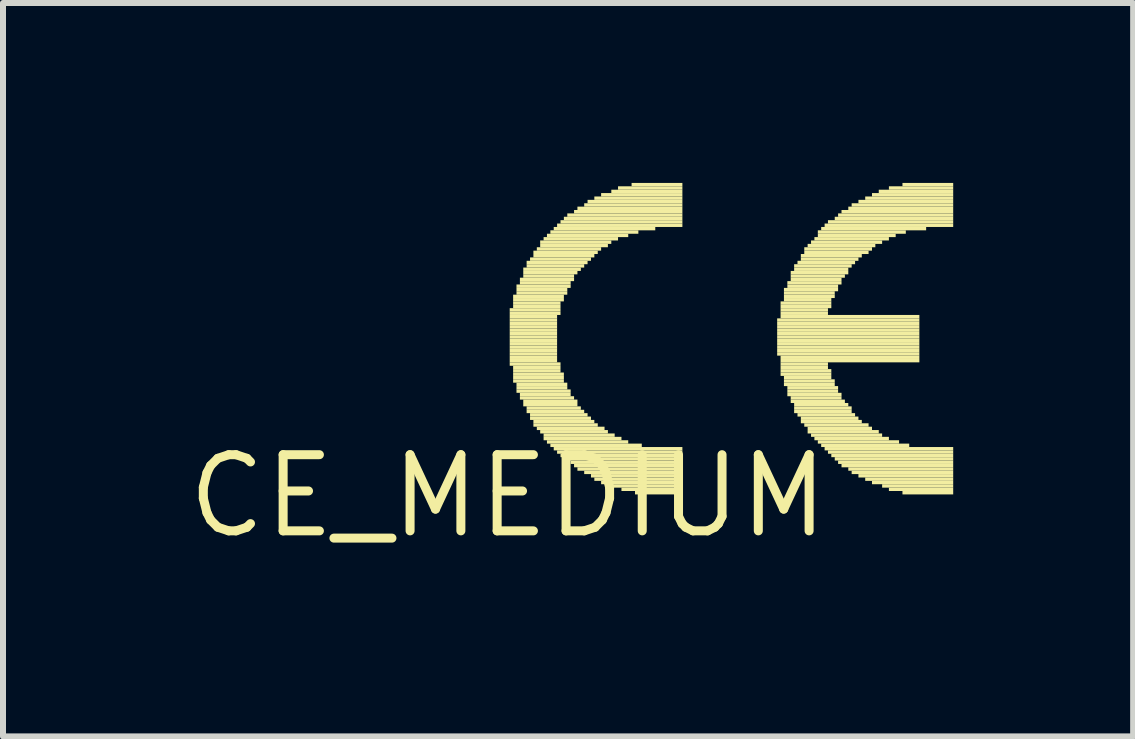
<source format=kicad_pcb>
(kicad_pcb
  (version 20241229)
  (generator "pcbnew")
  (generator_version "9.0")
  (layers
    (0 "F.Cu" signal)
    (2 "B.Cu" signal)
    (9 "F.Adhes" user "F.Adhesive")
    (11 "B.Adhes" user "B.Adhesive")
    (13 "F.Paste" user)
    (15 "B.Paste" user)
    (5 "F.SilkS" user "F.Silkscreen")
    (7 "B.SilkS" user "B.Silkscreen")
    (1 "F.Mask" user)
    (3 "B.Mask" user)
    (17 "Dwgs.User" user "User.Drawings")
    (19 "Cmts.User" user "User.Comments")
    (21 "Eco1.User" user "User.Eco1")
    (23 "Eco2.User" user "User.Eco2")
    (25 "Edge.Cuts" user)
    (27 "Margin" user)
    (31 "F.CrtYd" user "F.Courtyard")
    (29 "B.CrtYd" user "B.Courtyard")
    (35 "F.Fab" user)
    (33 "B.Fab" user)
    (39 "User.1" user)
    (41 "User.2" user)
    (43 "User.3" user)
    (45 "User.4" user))
  (footprint "CE_MEDIUM"
    (layer "F.Cu")
    (at 5.42 5.221)
    (property "Reference" "CE_MEDIUM" (at 0 0 0) (layer "F.SilkS") (effects (font (size 1.27 1.27) (thickness 0.15))))
    (attr through_hole)
    (fp_poly (pts (xy 0.028 -3.076) (xy 0.875 -3.076) (xy 0.875 -3.133) (xy 0.028 -3.133)) (stroke (width 0) (type solid)) (fill yes) (layer "F.SilkS"))
    (fp_poly (pts (xy 0.028 -3.02) (xy 0.875 -3.02) (xy 0.875 -3.076) (xy 0.028 -3.076)) (stroke (width 0) (type solid)) (fill yes) (layer "F.SilkS"))
    (fp_poly (pts (xy 0.028 -2.963) (xy 0.818 -2.963) (xy 0.818 -3.02) (xy 0.028 -3.02)) (stroke (width 0) (type solid)) (fill yes) (layer "F.SilkS"))
    (fp_poly (pts (xy 0.028 -2.907) (xy 0.818 -2.907) (xy 0.818 -2.963) (xy 0.028 -2.963)) (stroke (width 0) (type solid)) (fill yes) (layer "F.SilkS"))
    (fp_poly (pts (xy 0.028 -2.85) (xy 0.818 -2.85) (xy 0.818 -2.907) (xy 0.028 -2.907)) (stroke (width 0) (type solid)) (fill yes) (layer "F.SilkS"))
    (fp_poly (pts (xy 0.028 -2.794) (xy 0.818 -2.794) (xy 0.818 -2.85) (xy 0.028 -2.85)) (stroke (width 0) (type solid)) (fill yes) (layer "F.SilkS"))
    (fp_poly (pts (xy 0.028 -2.738) (xy 0.818 -2.738) (xy 0.818 -2.794) (xy 0.028 -2.794)) (stroke (width 0) (type solid)) (fill yes) (layer "F.SilkS"))
    (fp_poly (pts (xy 0.028 -2.681) (xy 0.818 -2.681) (xy 0.818 -2.738) (xy 0.028 -2.738)) (stroke (width 0) (type solid)) (fill yes) (layer "F.SilkS"))
    (fp_poly (pts (xy 0.028 -2.625) (xy 0.818 -2.625) (xy 0.818 -2.681) (xy 0.028 -2.681)) (stroke (width 0) (type solid)) (fill yes) (layer "F.SilkS"))
    (fp_poly (pts (xy 0.028 -2.568) (xy 0.818 -2.568) (xy 0.818 -2.625) (xy 0.028 -2.625)) (stroke (width 0) (type solid)) (fill yes) (layer "F.SilkS"))
    (fp_poly (pts (xy 0.028 -2.512) (xy 0.818 -2.512) (xy 0.818 -2.568) (xy 0.028 -2.568)) (stroke (width 0) (type solid)) (fill yes) (layer "F.SilkS"))
    (fp_poly (pts (xy 0.028 -2.455) (xy 0.818 -2.455) (xy 0.818 -2.512) (xy 0.028 -2.512)) (stroke (width 0) (type solid)) (fill yes) (layer "F.SilkS"))
    (fp_poly (pts (xy 0.028 -2.399) (xy 0.818 -2.399) (xy 0.818 -2.455) (xy 0.028 -2.455)) (stroke (width 0) (type solid)) (fill yes) (layer "F.SilkS"))
    (fp_poly (pts (xy 0.028 -2.342) (xy 0.818 -2.342) (xy 0.818 -2.399) (xy 0.028 -2.399)) (stroke (width 0) (type solid)) (fill yes) (layer "F.SilkS"))
    (fp_poly (pts (xy 0.028 -2.286) (xy 0.818 -2.286) (xy 0.818 -2.342) (xy 0.028 -2.342)) (stroke (width 0) (type solid)) (fill yes) (layer "F.SilkS"))
    (fp_poly (pts (xy 0.028 -2.23) (xy 0.818 -2.23) (xy 0.818 -2.286) (xy 0.028 -2.286)) (stroke (width 0) (type solid)) (fill yes) (layer "F.SilkS"))
    (fp_poly (pts (xy 0.028 -2.173) (xy 0.875 -2.173) (xy 0.875 -2.23) (xy 0.028 -2.23)) (stroke (width 0) (type solid)) (fill yes) (layer "F.SilkS"))
    (fp_poly (pts (xy 0.085 -3.302) (xy 0.931 -3.302) (xy 0.931 -3.358) (xy 0.085 -3.358)) (stroke (width 0) (type solid)) (fill yes) (layer "F.SilkS"))
    (fp_poly (pts (xy 0.085 -3.246) (xy 0.931 -3.246) (xy 0.931 -3.302) (xy 0.085 -3.302)) (stroke (width 0) (type solid)) (fill yes) (layer "F.SilkS"))
    (fp_poly (pts (xy 0.085 -3.189) (xy 0.875 -3.189) (xy 0.875 -3.246) (xy 0.085 -3.246)) (stroke (width 0) (type solid)) (fill yes) (layer "F.SilkS"))
    (fp_poly (pts (xy 0.085 -3.133) (xy 0.875 -3.133) (xy 0.875 -3.189) (xy 0.085 -3.189)) (stroke (width 0) (type solid)) (fill yes) (layer "F.SilkS"))
    (fp_poly (pts (xy 0.085 -2.117) (xy 0.875 -2.117) (xy 0.875 -2.173) (xy 0.085 -2.173)) (stroke (width 0) (type solid)) (fill yes) (layer "F.SilkS"))
    (fp_poly (pts (xy 0.085 -2.06) (xy 0.875 -2.06) (xy 0.875 -2.117) (xy 0.085 -2.117)) (stroke (width 0) (type solid)) (fill yes) (layer "F.SilkS"))
    (fp_poly (pts (xy 0.085 -2.004) (xy 0.931 -2.004) (xy 0.931 -2.06) (xy 0.085 -2.06)) (stroke (width 0) (type solid)) (fill yes) (layer "F.SilkS"))
    (fp_poly (pts (xy 0.085 -1.947) (xy 0.931 -1.947) (xy 0.931 -2.004) (xy 0.085 -2.004)) (stroke (width 0) (type solid)) (fill yes) (layer "F.SilkS"))
    (fp_poly (pts (xy 0.085 -1.891) (xy 0.931 -1.891) (xy 0.931 -1.947) (xy 0.085 -1.947)) (stroke (width 0) (type solid)) (fill yes) (layer "F.SilkS"))
    (fp_poly (pts (xy 0.141 -3.471) (xy 1.044 -3.471) (xy 1.044 -3.528) (xy 0.141 -3.528)) (stroke (width 0) (type solid)) (fill yes) (layer "F.SilkS"))
    (fp_poly (pts (xy 0.141 -3.415) (xy 0.988 -3.415) (xy 0.988 -3.471) (xy 0.141 -3.471)) (stroke (width 0) (type solid)) (fill yes) (layer "F.SilkS"))
    (fp_poly (pts (xy 0.141 -3.358) (xy 0.988 -3.358) (xy 0.988 -3.415) (xy 0.141 -3.415)) (stroke (width 0) (type solid)) (fill yes) (layer "F.SilkS"))
    (fp_poly (pts (xy 0.141 -1.834) (xy 0.988 -1.834) (xy 0.988 -1.891) (xy 0.141 -1.891)) (stroke (width 0) (type solid)) (fill yes) (layer "F.SilkS"))
    (fp_poly (pts (xy 0.141 -1.778) (xy 0.988 -1.778) (xy 0.988 -1.834) (xy 0.141 -1.834)) (stroke (width 0) (type solid)) (fill yes) (layer "F.SilkS"))
    (fp_poly (pts (xy 0.141 -1.722) (xy 1.044 -1.722) (xy 1.044 -1.778) (xy 0.141 -1.778)) (stroke (width 0) (type solid)) (fill yes) (layer "F.SilkS"))
    (fp_poly (pts (xy 0.198 -3.584) (xy 1.101 -3.584) (xy 1.101 -3.641) (xy 0.198 -3.641)) (stroke (width 0) (type solid)) (fill yes) (layer "F.SilkS"))
    (fp_poly (pts (xy 0.198 -3.528) (xy 1.044 -3.528) (xy 1.044 -3.584) (xy 0.198 -3.584)) (stroke (width 0) (type solid)) (fill yes) (layer "F.SilkS"))
    (fp_poly (pts (xy 0.198 -1.665) (xy 1.044 -1.665) (xy 1.044 -1.722) (xy 0.198 -1.722)) (stroke (width 0) (type solid)) (fill yes) (layer "F.SilkS"))
    (fp_poly (pts (xy 0.198 -1.609) (xy 1.101 -1.609) (xy 1.101 -1.665) (xy 0.198 -1.665)) (stroke (width 0) (type solid)) (fill yes) (layer "F.SilkS"))
    (fp_poly (pts (xy 0.254 -3.754) (xy 1.214 -3.754) (xy 1.214 -3.81) (xy 0.254 -3.81)) (stroke (width 0) (type solid)) (fill yes) (layer "F.SilkS"))
    (fp_poly (pts (xy 0.254 -3.697) (xy 1.157 -3.697) (xy 1.157 -3.754) (xy 0.254 -3.754)) (stroke (width 0) (type solid)) (fill yes) (layer "F.SilkS"))
    (fp_poly (pts (xy 0.254 -3.641) (xy 1.101 -3.641) (xy 1.101 -3.697) (xy 0.254 -3.697)) (stroke (width 0) (type solid)) (fill yes) (layer "F.SilkS"))
    (fp_poly (pts (xy 0.254 -1.552) (xy 1.157 -1.552) (xy 1.157 -1.609) (xy 0.254 -1.609)) (stroke (width 0) (type solid)) (fill yes) (layer "F.SilkS"))
    (fp_poly (pts (xy 0.254 -1.496) (xy 1.157 -1.496) (xy 1.157 -1.552) (xy 0.254 -1.552)) (stroke (width 0) (type solid)) (fill yes) (layer "F.SilkS"))
    (fp_poly (pts (xy 0.31 -3.866) (xy 1.326 -3.866) (xy 1.326 -3.923) (xy 0.31 -3.923)) (stroke (width 0) (type solid)) (fill yes) (layer "F.SilkS"))
    (fp_poly (pts (xy 0.31 -3.81) (xy 1.27 -3.81) (xy 1.27 -3.866) (xy 0.31 -3.866)) (stroke (width 0) (type solid)) (fill yes) (layer "F.SilkS"))
    (fp_poly (pts (xy 0.31 -1.439) (xy 1.214 -1.439) (xy 1.214 -1.496) (xy 0.31 -1.496)) (stroke (width 0) (type solid)) (fill yes) (layer "F.SilkS"))
    (fp_poly (pts (xy 0.31 -1.383) (xy 1.27 -1.383) (xy 1.27 -1.439) (xy 0.31 -1.439)) (stroke (width 0) (type solid)) (fill yes) (layer "F.SilkS"))
    (fp_poly (pts (xy 0.367 -3.923) (xy 1.383 -3.923) (xy 1.383 -3.979) (xy 0.367 -3.979)) (stroke (width 0) (type solid)) (fill yes) (layer "F.SilkS"))
    (fp_poly (pts (xy 0.367 -1.326) (xy 1.326 -1.326) (xy 1.326 -1.383) (xy 0.367 -1.383)) (stroke (width 0) (type solid)) (fill yes) (layer "F.SilkS"))
    (fp_poly (pts (xy 0.367 -1.27) (xy 1.383 -1.27) (xy 1.383 -1.326) (xy 0.367 -1.326)) (stroke (width 0) (type solid)) (fill yes) (layer "F.SilkS"))
    (fp_poly (pts (xy 0.423 -4.036) (xy 1.496 -4.036) (xy 1.496 -4.092) (xy 0.423 -4.092)) (stroke (width 0) (type solid)) (fill yes) (layer "F.SilkS"))
    (fp_poly (pts (xy 0.423 -3.979) (xy 1.439 -3.979) (xy 1.439 -4.036) (xy 0.423 -4.036)) (stroke (width 0) (type solid)) (fill yes) (layer "F.SilkS"))
    (fp_poly (pts (xy 0.423 -1.214) (xy 1.439 -1.214) (xy 1.439 -1.27) (xy 0.423 -1.27)) (stroke (width 0) (type solid)) (fill yes) (layer "F.SilkS"))
    (fp_poly (pts (xy 0.423 -1.157) (xy 1.496 -1.157) (xy 1.496 -1.214) (xy 0.423 -1.214)) (stroke (width 0) (type solid)) (fill yes) (layer "F.SilkS"))
    (fp_poly (pts (xy 0.48 -4.092) (xy 1.552 -4.092) (xy 1.552 -4.149) (xy 0.48 -4.149)) (stroke (width 0) (type solid)) (fill yes) (layer "F.SilkS"))
    (fp_poly (pts (xy 0.48 -1.101) (xy 1.609 -1.101) (xy 1.609 -1.157) (xy 0.48 -1.157)) (stroke (width 0) (type solid)) (fill yes) (layer "F.SilkS"))
    (fp_poly (pts (xy 0.536 -4.205) (xy 1.722 -4.205) (xy 1.722 -4.262) (xy 0.536 -4.262)) (stroke (width 0) (type solid)) (fill yes) (layer "F.SilkS"))
    (fp_poly (pts (xy 0.536 -4.149) (xy 1.665 -4.149) (xy 1.665 -4.205) (xy 0.536 -4.205)) (stroke (width 0) (type solid)) (fill yes) (layer "F.SilkS"))
    (fp_poly (pts (xy 0.536 -1.044) (xy 1.665 -1.044) (xy 1.665 -1.101) (xy 0.536 -1.101)) (stroke (width 0) (type solid)) (fill yes) (layer "F.SilkS"))
    (fp_poly (pts (xy 0.593 -4.262) (xy 1.834 -4.262) (xy 1.834 -4.318) (xy 0.593 -4.318)) (stroke (width 0) (type solid)) (fill yes) (layer "F.SilkS"))
    (fp_poly (pts (xy 0.593 -0.988) (xy 1.778 -0.988) (xy 1.778 -1.044) (xy 0.593 -1.044)) (stroke (width 0) (type solid)) (fill yes) (layer "F.SilkS"))
    (fp_poly (pts (xy 0.593 -0.931) (xy 1.891 -0.931) (xy 1.891 -0.988) (xy 0.593 -0.988)) (stroke (width 0) (type solid)) (fill yes) (layer "F.SilkS"))
    (fp_poly (pts (xy 0.649 -4.318) (xy 2.004 -4.318) (xy 2.004 -4.374) (xy 0.649 -4.374)) (stroke (width 0) (type solid)) (fill yes) (layer "F.SilkS"))
    (fp_poly (pts (xy 0.649 -0.875) (xy 2.004 -0.875) (xy 2.004 -0.931) (xy 0.649 -0.931)) (stroke (width 0) (type solid)) (fill yes) (layer "F.SilkS"))
    (fp_poly (pts (xy 0.706 -4.374) (xy 2.173 -4.374) (xy 2.173 -4.431) (xy 0.706 -4.431)) (stroke (width 0) (type solid)) (fill yes) (layer "F.SilkS"))
    (fp_poly (pts (xy 0.706 -0.818) (xy 2.23 -0.818) (xy 2.23 -0.875) (xy 0.706 -0.875)) (stroke (width 0) (type solid)) (fill yes) (layer "F.SilkS"))
    (fp_poly (pts (xy 0.762 -4.431) (xy 2.455 -4.431) (xy 2.455 -4.487) (xy 0.762 -4.487)) (stroke (width 0) (type solid)) (fill yes) (layer "F.SilkS"))
    (fp_poly (pts (xy 0.762 -0.762) (xy 2.907 -0.762) (xy 2.907 -0.818) (xy 0.762 -0.818)) (stroke (width 0) (type solid)) (fill yes) (layer "F.SilkS"))
    (fp_poly (pts (xy 0.818 -4.487) (xy 2.907 -4.487) (xy 2.907 -4.544) (xy 0.818 -4.544)) (stroke (width 0) (type solid)) (fill yes) (layer "F.SilkS"))
    (fp_poly (pts (xy 0.818 -0.706) (xy 2.907 -0.706) (xy 2.907 -0.762) (xy 0.818 -0.762)) (stroke (width 0) (type solid)) (fill yes) (layer "F.SilkS"))
    (fp_poly (pts (xy 0.875 -4.544) (xy 2.907 -4.544) (xy 2.907 -4.6) (xy 0.875 -4.6)) (stroke (width 0) (type solid)) (fill yes) (layer "F.SilkS"))
    (fp_poly (pts (xy 0.875 -0.649) (xy 2.907 -0.649) (xy 2.907 -0.706) (xy 0.875 -0.706)) (stroke (width 0) (type solid)) (fill yes) (layer "F.SilkS"))
    (fp_poly (pts (xy 0.931 -4.6) (xy 2.907 -4.6) (xy 2.907 -4.657) (xy 0.931 -4.657)) (stroke (width 0) (type solid)) (fill yes) (layer "F.SilkS"))
    (fp_poly (pts (xy 0.931 -0.593) (xy 2.907 -0.593) (xy 2.907 -0.649) (xy 0.931 -0.649)) (stroke (width 0) (type solid)) (fill yes) (layer "F.SilkS"))
    (fp_poly (pts (xy 0.988 -4.657) (xy 2.907 -4.657) (xy 2.907 -4.713) (xy 0.988 -4.713)) (stroke (width 0) (type solid)) (fill yes) (layer "F.SilkS"))
    (fp_poly (pts (xy 1.044 -0.536) (xy 2.907 -0.536) (xy 2.907 -0.593) (xy 1.044 -0.593)) (stroke (width 0) (type solid)) (fill yes) (layer "F.SilkS"))
    (fp_poly (pts (xy 1.101 -4.713) (xy 2.907 -4.713) (xy 2.907 -4.77) (xy 1.101 -4.77)) (stroke (width 0) (type solid)) (fill yes) (layer "F.SilkS"))
    (fp_poly (pts (xy 1.101 -0.48) (xy 2.907 -0.48) (xy 2.907 -0.536) (xy 1.101 -0.536)) (stroke (width 0) (type solid)) (fill yes) (layer "F.SilkS"))
    (fp_poly (pts (xy 1.157 -4.77) (xy 2.907 -4.77) (xy 2.907 -4.826) (xy 1.157 -4.826)) (stroke (width 0) (type solid)) (fill yes) (layer "F.SilkS"))
    (fp_poly (pts (xy 1.157 -0.423) (xy 2.907 -0.423) (xy 2.907 -0.48) (xy 1.157 -0.48)) (stroke (width 0) (type solid)) (fill yes) (layer "F.SilkS"))
    (fp_poly (pts (xy 1.27 -4.826) (xy 2.907 -4.826) (xy 2.907 -4.882) (xy 1.27 -4.882)) (stroke (width 0) (type solid)) (fill yes) (layer "F.SilkS"))
    (fp_poly (pts (xy 1.27 -0.367) (xy 2.907 -0.367) (xy 2.907 -0.423) (xy 1.27 -0.423)) (stroke (width 0) (type solid)) (fill yes) (layer "F.SilkS"))
    (fp_poly (pts (xy 1.326 -4.882) (xy 2.907 -4.882) (xy 2.907 -4.939) (xy 1.326 -4.939)) (stroke (width 0) (type solid)) (fill yes) (layer "F.SilkS"))
    (fp_poly (pts (xy 1.383 -0.31) (xy 2.907 -0.31) (xy 2.907 -0.367) (xy 1.383 -0.367)) (stroke (width 0) (type solid)) (fill yes) (layer "F.SilkS"))
    (fp_poly (pts (xy 1.439 -4.939) (xy 2.907 -4.939) (xy 2.907 -4.995) (xy 1.439 -4.995)) (stroke (width 0) (type solid)) (fill yes) (layer "F.SilkS"))
    (fp_poly (pts (xy 1.439 -0.254) (xy 2.907 -0.254) (xy 2.907 -0.31) (xy 1.439 -0.31)) (stroke (width 0) (type solid)) (fill yes) (layer "F.SilkS"))
    (fp_poly (pts (xy 1.552 -4.995) (xy 2.907 -4.995) (xy 2.907 -5.052) (xy 1.552 -5.052)) (stroke (width 0) (type solid)) (fill yes) (layer "F.SilkS"))
    (fp_poly (pts (xy 1.552 -0.198) (xy 2.907 -0.198) (xy 2.907 -0.254) (xy 1.552 -0.254)) (stroke (width 0) (type solid)) (fill yes) (layer "F.SilkS"))
    (fp_poly (pts (xy 1.722 -5.052) (xy 2.907 -5.052) (xy 2.907 -5.108) (xy 1.722 -5.108)) (stroke (width 0) (type solid)) (fill yes) (layer "F.SilkS"))
    (fp_poly (pts (xy 1.722 -0.141) (xy 2.907 -0.141) (xy 2.907 -0.198) (xy 1.722 -0.198)) (stroke (width 0) (type solid)) (fill yes) (layer "F.SilkS"))
    (fp_poly (pts (xy 1.834 -5.108) (xy 2.907 -5.108) (xy 2.907 -5.165) (xy 1.834 -5.165)) (stroke (width 0) (type solid)) (fill yes) (layer "F.SilkS"))
    (fp_poly (pts (xy 1.891 -0.085) (xy 2.907 -0.085) (xy 2.907 -0.141) (xy 1.891 -0.141)) (stroke (width 0) (type solid)) (fill yes) (layer "F.SilkS"))
    (fp_poly (pts (xy 2.06 -5.165) (xy 2.907 -5.165) (xy 2.907 -5.221) (xy 2.06 -5.221)) (stroke (width 0) (type solid)) (fill yes) (layer "F.SilkS"))
    (fp_poly (pts (xy 2.117 -0.028) (xy 2.907 -0.028) (xy 2.907 -0.085) (xy 2.117 -0.085)) (stroke (width 0) (type solid)) (fill yes) (layer "F.SilkS"))
    (fp_poly (pts (xy 4.487 -2.907) (xy 6.858 -2.907) (xy 6.858 -2.963) (xy 4.487 -2.963)) (stroke (width 0) (type solid)) (fill yes) (layer "F.SilkS"))
    (fp_poly (pts (xy 4.487 -2.85) (xy 6.858 -2.85) (xy 6.858 -2.907) (xy 4.487 -2.907)) (stroke (width 0) (type solid)) (fill yes) (layer "F.SilkS"))
    (fp_poly (pts (xy 4.487 -2.794) (xy 6.858 -2.794) (xy 6.858 -2.85) (xy 4.487 -2.85)) (stroke (width 0) (type solid)) (fill yes) (layer "F.SilkS"))
    (fp_poly (pts (xy 4.487 -2.738) (xy 6.858 -2.738) (xy 6.858 -2.794) (xy 4.487 -2.794)) (stroke (width 0) (type solid)) (fill yes) (layer "F.SilkS"))
    (fp_poly (pts (xy 4.487 -2.681) (xy 6.858 -2.681) (xy 6.858 -2.738) (xy 4.487 -2.738)) (stroke (width 0) (type solid)) (fill yes) (layer "F.SilkS"))
    (fp_poly (pts (xy 4.487 -2.625) (xy 6.858 -2.625) (xy 6.858 -2.681) (xy 4.487 -2.681)) (stroke (width 0) (type solid)) (fill yes) (layer "F.SilkS"))
    (fp_poly (pts (xy 4.487 -2.568) (xy 6.858 -2.568) (xy 6.858 -2.625) (xy 4.487 -2.625)) (stroke (width 0) (type solid)) (fill yes) (layer "F.SilkS"))
    (fp_poly (pts (xy 4.487 -2.512) (xy 6.858 -2.512) (xy 6.858 -2.568) (xy 4.487 -2.568)) (stroke (width 0) (type solid)) (fill yes) (layer "F.SilkS"))
    (fp_poly (pts (xy 4.487 -2.455) (xy 6.858 -2.455) (xy 6.858 -2.512) (xy 4.487 -2.512)) (stroke (width 0) (type solid)) (fill yes) (layer "F.SilkS"))
    (fp_poly (pts (xy 4.487 -2.399) (xy 6.858 -2.399) (xy 6.858 -2.455) (xy 4.487 -2.455)) (stroke (width 0) (type solid)) (fill yes) (layer "F.SilkS"))
    (fp_poly (pts (xy 4.487 -2.342) (xy 6.858 -2.342) (xy 6.858 -2.399) (xy 4.487 -2.399)) (stroke (width 0) (type solid)) (fill yes) (layer "F.SilkS"))
    (fp_poly (pts (xy 4.544 -3.189) (xy 5.39 -3.189) (xy 5.39 -3.246) (xy 4.544 -3.246)) (stroke (width 0) (type solid)) (fill yes) (layer "F.SilkS"))
    (fp_poly (pts (xy 4.544 -3.133) (xy 5.39 -3.133) (xy 5.39 -3.189) (xy 4.544 -3.189)) (stroke (width 0) (type solid)) (fill yes) (layer "F.SilkS"))
    (fp_poly (pts (xy 4.544 -3.076) (xy 5.334 -3.076) (xy 5.334 -3.133) (xy 4.544 -3.133)) (stroke (width 0) (type solid)) (fill yes) (layer "F.SilkS"))
    (fp_poly (pts (xy 4.544 -3.02) (xy 5.334 -3.02) (xy 5.334 -3.076) (xy 4.544 -3.076)) (stroke (width 0) (type solid)) (fill yes) (layer "F.SilkS"))
    (fp_poly (pts (xy 4.544 -2.963) (xy 6.858 -2.963) (xy 6.858 -3.02) (xy 4.544 -3.02)) (stroke (width 0) (type solid)) (fill yes) (layer "F.SilkS"))
    (fp_poly (pts (xy 4.544 -2.286) (xy 6.858 -2.286) (xy 6.858 -2.342) (xy 4.544 -2.342)) (stroke (width 0) (type solid)) (fill yes) (layer "F.SilkS"))
    (fp_poly (pts (xy 4.544 -2.23) (xy 6.858 -2.23) (xy 6.858 -2.286) (xy 4.544 -2.286)) (stroke (width 0) (type solid)) (fill yes) (layer "F.SilkS"))
    (fp_poly (pts (xy 4.544 -2.173) (xy 5.334 -2.173) (xy 5.334 -2.23) (xy 4.544 -2.23)) (stroke (width 0) (type solid)) (fill yes) (layer "F.SilkS"))
    (fp_poly (pts (xy 4.544 -2.117) (xy 5.334 -2.117) (xy 5.334 -2.173) (xy 4.544 -2.173)) (stroke (width 0) (type solid)) (fill yes) (layer "F.SilkS"))
    (fp_poly (pts (xy 4.544 -2.06) (xy 5.39 -2.06) (xy 5.39 -2.117) (xy 4.544 -2.117)) (stroke (width 0) (type solid)) (fill yes) (layer "F.SilkS"))
    (fp_poly (pts (xy 4.544 -2.004) (xy 5.39 -2.004) (xy 5.39 -2.06) (xy 4.544 -2.06)) (stroke (width 0) (type solid)) (fill yes) (layer "F.SilkS"))
    (fp_poly (pts (xy 4.6 -3.415) (xy 5.503 -3.415) (xy 5.503 -3.471) (xy 4.6 -3.471)) (stroke (width 0) (type solid)) (fill yes) (layer "F.SilkS"))
    (fp_poly (pts (xy 4.6 -3.358) (xy 5.447 -3.358) (xy 5.447 -3.415) (xy 4.6 -3.415)) (stroke (width 0) (type solid)) (fill yes) (layer "F.SilkS"))
    (fp_poly (pts (xy 4.6 -3.302) (xy 5.447 -3.302) (xy 5.447 -3.358) (xy 4.6 -3.358)) (stroke (width 0) (type solid)) (fill yes) (layer "F.SilkS"))
    (fp_poly (pts (xy 4.6 -3.246) (xy 5.39 -3.246) (xy 5.39 -3.302) (xy 4.6 -3.302)) (stroke (width 0) (type solid)) (fill yes) (layer "F.SilkS"))
    (fp_poly (pts (xy 4.6 -1.947) (xy 5.39 -1.947) (xy 5.39 -2.004) (xy 4.6 -2.004)) (stroke (width 0) (type solid)) (fill yes) (layer "F.SilkS"))
    (fp_poly (pts (xy 4.6 -1.891) (xy 5.447 -1.891) (xy 5.447 -1.947) (xy 4.6 -1.947)) (stroke (width 0) (type solid)) (fill yes) (layer "F.SilkS"))
    (fp_poly (pts (xy 4.6 -1.834) (xy 5.447 -1.834) (xy 5.447 -1.891) (xy 4.6 -1.891)) (stroke (width 0) (type solid)) (fill yes) (layer "F.SilkS"))
    (fp_poly (pts (xy 4.657 -3.528) (xy 5.56 -3.528) (xy 5.56 -3.584) (xy 4.657 -3.584)) (stroke (width 0) (type solid)) (fill yes) (layer "F.SilkS"))
    (fp_poly (pts (xy 4.657 -3.471) (xy 5.503 -3.471) (xy 5.503 -3.528) (xy 4.657 -3.528)) (stroke (width 0) (type solid)) (fill yes) (layer "F.SilkS"))
    (fp_poly (pts (xy 4.657 -1.778) (xy 5.503 -1.778) (xy 5.503 -1.834) (xy 4.657 -1.834)) (stroke (width 0) (type solid)) (fill yes) (layer "F.SilkS"))
    (fp_poly (pts (xy 4.657 -1.722) (xy 5.503 -1.722) (xy 5.503 -1.778) (xy 4.657 -1.778)) (stroke (width 0) (type solid)) (fill yes) (layer "F.SilkS"))
    (fp_poly (pts (xy 4.657 -1.665) (xy 5.56 -1.665) (xy 5.56 -1.722) (xy 4.657 -1.722)) (stroke (width 0) (type solid)) (fill yes) (layer "F.SilkS"))
    (fp_poly (pts (xy 4.713 -3.697) (xy 5.673 -3.697) (xy 5.673 -3.754) (xy 4.713 -3.754)) (stroke (width 0) (type solid)) (fill yes) (layer "F.SilkS"))
    (fp_poly (pts (xy 4.713 -3.641) (xy 5.616 -3.641) (xy 5.616 -3.697) (xy 4.713 -3.697)) (stroke (width 0) (type solid)) (fill yes) (layer "F.SilkS"))
    (fp_poly (pts (xy 4.713 -3.584) (xy 5.56 -3.584) (xy 5.56 -3.641) (xy 4.713 -3.641)) (stroke (width 0) (type solid)) (fill yes) (layer "F.SilkS"))
    (fp_poly (pts (xy 4.713 -1.609) (xy 5.56 -1.609) (xy 5.56 -1.665) (xy 4.713 -1.665)) (stroke (width 0) (type solid)) (fill yes) (layer "F.SilkS"))
    (fp_poly (pts (xy 4.713 -1.552) (xy 5.616 -1.552) (xy 5.616 -1.609) (xy 4.713 -1.609)) (stroke (width 0) (type solid)) (fill yes) (layer "F.SilkS"))
    (fp_poly (pts (xy 4.77 -3.81) (xy 5.729 -3.81) (xy 5.729 -3.866) (xy 4.77 -3.866)) (stroke (width 0) (type solid)) (fill yes) (layer "F.SilkS"))
    (fp_poly (pts (xy 4.77 -3.754) (xy 5.673 -3.754) (xy 5.673 -3.81) (xy 4.77 -3.81)) (stroke (width 0) (type solid)) (fill yes) (layer "F.SilkS"))
    (fp_poly (pts (xy 4.77 -1.496) (xy 5.673 -1.496) (xy 5.673 -1.552) (xy 4.77 -1.552)) (stroke (width 0) (type solid)) (fill yes) (layer "F.SilkS"))
    (fp_poly (pts (xy 4.77 -1.439) (xy 5.729 -1.439) (xy 5.729 -1.496) (xy 4.77 -1.496)) (stroke (width 0) (type solid)) (fill yes) (layer "F.SilkS"))
    (fp_poly (pts (xy 4.77 -1.383) (xy 5.729 -1.383) (xy 5.729 -1.439) (xy 4.77 -1.439)) (stroke (width 0) (type solid)) (fill yes) (layer "F.SilkS"))
    (fp_poly (pts (xy 4.826 -3.866) (xy 5.786 -3.866) (xy 5.786 -3.923) (xy 4.826 -3.923)) (stroke (width 0) (type solid)) (fill yes) (layer "F.SilkS"))
    (fp_poly (pts (xy 4.826 -1.326) (xy 5.786 -1.326) (xy 5.786 -1.383) (xy 4.826 -1.383)) (stroke (width 0) (type solid)) (fill yes) (layer "F.SilkS"))
    (fp_poly (pts (xy 4.882 -3.979) (xy 5.898 -3.979) (xy 5.898 -4.036) (xy 4.882 -4.036)) (stroke (width 0) (type solid)) (fill yes) (layer "F.SilkS"))
    (fp_poly (pts (xy 4.882 -3.923) (xy 5.842 -3.923) (xy 5.842 -3.979) (xy 4.882 -3.979)) (stroke (width 0) (type solid)) (fill yes) (layer "F.SilkS"))
    (fp_poly (pts (xy 4.882 -1.27) (xy 5.842 -1.27) (xy 5.842 -1.326) (xy 4.882 -1.326)) (stroke (width 0) (type solid)) (fill yes) (layer "F.SilkS"))
    (fp_poly (pts (xy 4.882 -1.214) (xy 5.898 -1.214) (xy 5.898 -1.27) (xy 4.882 -1.27)) (stroke (width 0) (type solid)) (fill yes) (layer "F.SilkS"))
    (fp_poly (pts (xy 4.939 -4.092) (xy 6.068 -4.092) (xy 6.068 -4.149) (xy 4.939 -4.149)) (stroke (width 0) (type solid)) (fill yes) (layer "F.SilkS"))
    (fp_poly (pts (xy 4.939 -4.036) (xy 6.011 -4.036) (xy 6.011 -4.092) (xy 4.939 -4.092)) (stroke (width 0) (type solid)) (fill yes) (layer "F.SilkS"))
    (fp_poly (pts (xy 4.939 -1.157) (xy 6.011 -1.157) (xy 6.011 -1.214) (xy 4.939 -1.214)) (stroke (width 0) (type solid)) (fill yes) (layer "F.SilkS"))
    (fp_poly (pts (xy 4.995 -4.149) (xy 6.124 -4.149) (xy 6.124 -4.205) (xy 4.995 -4.205)) (stroke (width 0) (type solid)) (fill yes) (layer "F.SilkS"))
    (fp_poly (pts (xy 4.995 -1.101) (xy 6.068 -1.101) (xy 6.068 -1.157) (xy 4.995 -1.157)) (stroke (width 0) (type solid)) (fill yes) (layer "F.SilkS"))
    (fp_poly (pts (xy 4.995 -1.044) (xy 6.181 -1.044) (xy 6.181 -1.101) (xy 4.995 -1.101)) (stroke (width 0) (type solid)) (fill yes) (layer "F.SilkS"))
    (fp_poly (pts (xy 5.052 -4.205) (xy 6.237 -4.205) (xy 6.237 -4.262) (xy 5.052 -4.262)) (stroke (width 0) (type solid)) (fill yes) (layer "F.SilkS"))
    (fp_poly (pts (xy 5.052 -0.988) (xy 6.237 -0.988) (xy 6.237 -1.044) (xy 5.052 -1.044)) (stroke (width 0) (type solid)) (fill yes) (layer "F.SilkS"))
    (fp_poly (pts (xy 5.108 -4.262) (xy 6.35 -4.262) (xy 6.35 -4.318) (xy 5.108 -4.318)) (stroke (width 0) (type solid)) (fill yes) (layer "F.SilkS"))
    (fp_poly (pts (xy 5.108 -0.931) (xy 6.35 -0.931) (xy 6.35 -0.988) (xy 5.108 -0.988)) (stroke (width 0) (type solid)) (fill yes) (layer "F.SilkS"))
    (fp_poly (pts (xy 5.165 -4.374) (xy 6.632 -4.374) (xy 6.632 -4.431) (xy 5.165 -4.431)) (stroke (width 0) (type solid)) (fill yes) (layer "F.SilkS"))
    (fp_poly (pts (xy 5.165 -4.318) (xy 6.463 -4.318) (xy 6.463 -4.374) (xy 5.165 -4.374)) (stroke (width 0) (type solid)) (fill yes) (layer "F.SilkS"))
    (fp_poly (pts (xy 5.165 -0.875) (xy 6.519 -0.875) (xy 6.519 -0.931) (xy 5.165 -0.931)) (stroke (width 0) (type solid)) (fill yes) (layer "F.SilkS"))
    (fp_poly (pts (xy 5.221 -4.431) (xy 6.971 -4.431) (xy 6.971 -4.487) (xy 5.221 -4.487)) (stroke (width 0) (type solid)) (fill yes) (layer "F.SilkS"))
    (fp_poly (pts (xy 5.221 -0.818) (xy 6.689 -0.818) (xy 6.689 -0.875) (xy 5.221 -0.875)) (stroke (width 0) (type solid)) (fill yes) (layer "F.SilkS"))
    (fp_poly (pts (xy 5.278 -4.487) (xy 7.422 -4.487) (xy 7.422 -4.544) (xy 5.278 -4.544)) (stroke (width 0) (type solid)) (fill yes) (layer "F.SilkS"))
    (fp_poly (pts (xy 5.278 -0.762) (xy 7.422 -0.762) (xy 7.422 -0.818) (xy 5.278 -0.818)) (stroke (width 0) (type solid)) (fill yes) (layer "F.SilkS"))
    (fp_poly (pts (xy 5.334 -4.544) (xy 7.422 -4.544) (xy 7.422 -4.6) (xy 5.334 -4.6)) (stroke (width 0) (type solid)) (fill yes) (layer "F.SilkS"))
    (fp_poly (pts (xy 5.334 -0.706) (xy 7.422 -0.706) (xy 7.422 -0.762) (xy 5.334 -0.762)) (stroke (width 0) (type solid)) (fill yes) (layer "F.SilkS"))
    (fp_poly (pts (xy 5.39 -0.649) (xy 7.422 -0.649) (xy 7.422 -0.706) (xy 5.39 -0.706)) (stroke (width 0) (type solid)) (fill yes) (layer "F.SilkS"))
    (fp_poly (pts (xy 5.447 -4.6) (xy 7.422 -4.6) (xy 7.422 -4.657) (xy 5.447 -4.657)) (stroke (width 0) (type solid)) (fill yes) (layer "F.SilkS"))
    (fp_poly (pts (xy 5.447 -0.593) (xy 7.422 -0.593) (xy 7.422 -0.649) (xy 5.447 -0.649)) (stroke (width 0) (type solid)) (fill yes) (layer "F.SilkS"))
    (fp_poly (pts (xy 5.503 -4.657) (xy 7.422 -4.657) (xy 7.422 -4.713) (xy 5.503 -4.713)) (stroke (width 0) (type solid)) (fill yes) (layer "F.SilkS"))
    (fp_poly (pts (xy 5.503 -0.536) (xy 7.422 -0.536) (xy 7.422 -0.593) (xy 5.503 -0.593)) (stroke (width 0) (type solid)) (fill yes) (layer "F.SilkS"))
    (fp_poly (pts (xy 5.56 -4.713) (xy 7.422 -4.713) (xy 7.422 -4.77) (xy 5.56 -4.77)) (stroke (width 0) (type solid)) (fill yes) (layer "F.SilkS"))
    (fp_poly (pts (xy 5.56 -0.48) (xy 7.422 -0.48) (xy 7.422 -0.536) (xy 5.56 -0.536)) (stroke (width 0) (type solid)) (fill yes) (layer "F.SilkS"))
    (fp_poly (pts (xy 5.673 -4.77) (xy 7.422 -4.77) (xy 7.422 -4.826) (xy 5.673 -4.826)) (stroke (width 0) (type solid)) (fill yes) (layer "F.SilkS"))
    (fp_poly (pts (xy 5.673 -0.423) (xy 7.422 -0.423) (xy 7.422 -0.48) (xy 5.673 -0.48)) (stroke (width 0) (type solid)) (fill yes) (layer "F.SilkS"))
    (fp_poly (pts (xy 5.729 -4.826) (xy 7.422 -4.826) (xy 7.422 -4.882) (xy 5.729 -4.882)) (stroke (width 0) (type solid)) (fill yes) (layer "F.SilkS"))
    (fp_poly (pts (xy 5.729 -0.367) (xy 7.422 -0.367) (xy 7.422 -0.423) (xy 5.729 -0.423)) (stroke (width 0) (type solid)) (fill yes) (layer "F.SilkS"))
    (fp_poly (pts (xy 5.842 -4.882) (xy 7.422 -4.882) (xy 7.422 -4.939) (xy 5.842 -4.939)) (stroke (width 0) (type solid)) (fill yes) (layer "F.SilkS"))
    (fp_poly (pts (xy 5.842 -0.31) (xy 7.422 -0.31) (xy 7.422 -0.367) (xy 5.842 -0.367)) (stroke (width 0) (type solid)) (fill yes) (layer "F.SilkS"))
    (fp_poly (pts (xy 5.955 -4.939) (xy 7.422 -4.939) (xy 7.422 -4.995) (xy 5.955 -4.995)) (stroke (width 0) (type solid)) (fill yes) (layer "F.SilkS"))
    (fp_poly (pts (xy 5.955 -0.254) (xy 7.422 -0.254) (xy 7.422 -0.31) (xy 5.955 -0.31)) (stroke (width 0) (type solid)) (fill yes) (layer "F.SilkS"))
    (fp_poly (pts (xy 6.068 -4.995) (xy 7.422 -4.995) (xy 7.422 -5.052) (xy 6.068 -5.052)) (stroke (width 0) (type solid)) (fill yes) (layer "F.SilkS"))
    (fp_poly (pts (xy 6.068 -0.198) (xy 7.422 -0.198) (xy 7.422 -0.254) (xy 6.068 -0.254)) (stroke (width 0) (type solid)) (fill yes) (layer "F.SilkS"))
    (fp_poly (pts (xy 6.181 -5.052) (xy 7.422 -5.052) (xy 7.422 -5.108) (xy 6.181 -5.108)) (stroke (width 0) (type solid)) (fill yes) (layer "F.SilkS"))
    (fp_poly (pts (xy 6.237 -0.141) (xy 7.422 -0.141) (xy 7.422 -0.198) (xy 6.237 -0.198)) (stroke (width 0) (type solid)) (fill yes) (layer "F.SilkS"))
    (fp_poly (pts (xy 6.35 -5.108) (xy 7.422 -5.108) (xy 7.422 -5.165) (xy 6.35 -5.165)) (stroke (width 0) (type solid)) (fill yes) (layer "F.SilkS"))
    (fp_poly (pts (xy 6.35 -0.085) (xy 7.422 -0.085) (xy 7.422 -0.141) (xy 6.35 -0.141)) (stroke (width 0) (type solid)) (fill yes) (layer "F.SilkS"))
    (fp_poly (pts (xy 6.576 -5.165) (xy 7.422 -5.165) (xy 7.422 -5.221) (xy 6.576 -5.221)) (stroke (width 0) (type solid)) (fill yes) (layer "F.SilkS"))
    (fp_poly (pts (xy 6.576 -0.028) (xy 7.422 -0.028) (xy 7.422 -0.085) (xy 6.576 -0.085)) (stroke (width 0) (type solid)) (fill yes) (layer "F.SilkS")))
  (gr_rect
    (start -3 -3)
    (end 15.842 9.227)
    (stroke (width 0.1) (type default))
    (fill no)
    (layer "Edge.Cuts")))
</source>
